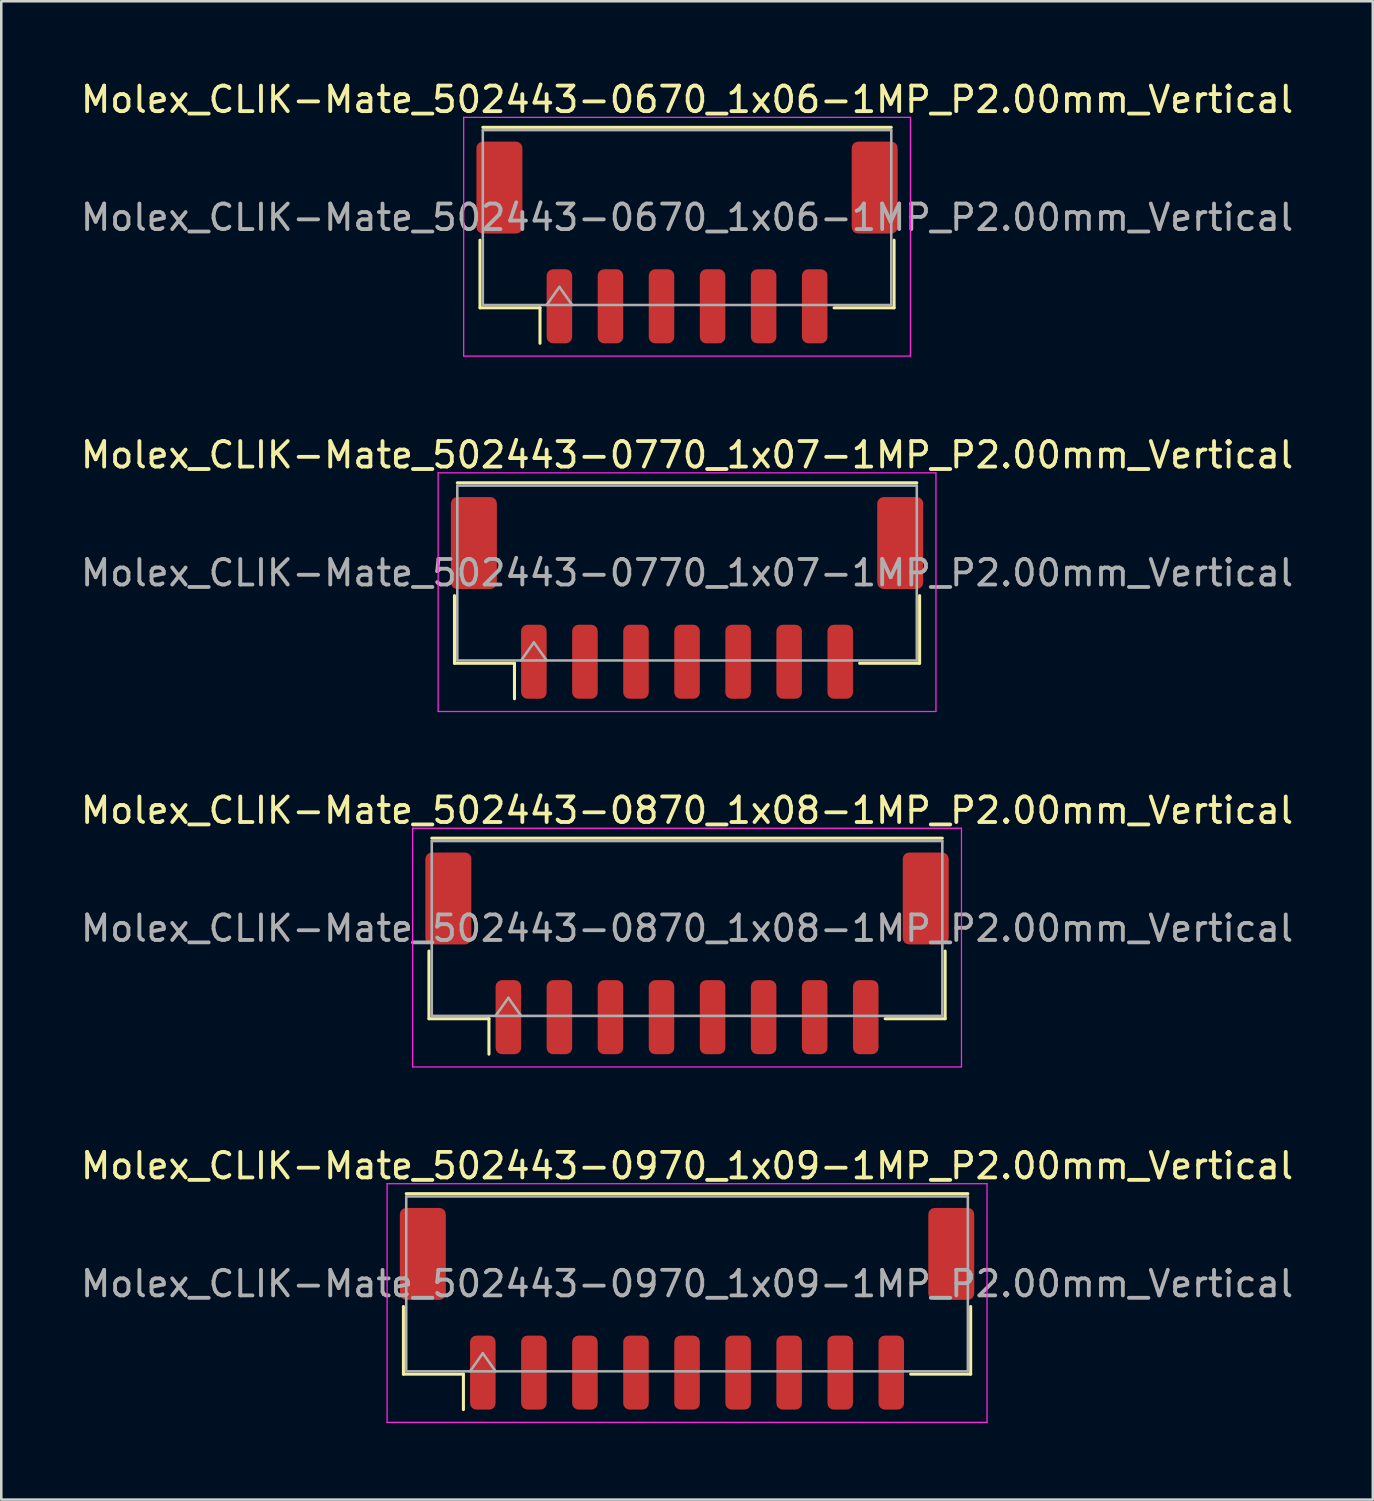
<source format=kicad_pcb>
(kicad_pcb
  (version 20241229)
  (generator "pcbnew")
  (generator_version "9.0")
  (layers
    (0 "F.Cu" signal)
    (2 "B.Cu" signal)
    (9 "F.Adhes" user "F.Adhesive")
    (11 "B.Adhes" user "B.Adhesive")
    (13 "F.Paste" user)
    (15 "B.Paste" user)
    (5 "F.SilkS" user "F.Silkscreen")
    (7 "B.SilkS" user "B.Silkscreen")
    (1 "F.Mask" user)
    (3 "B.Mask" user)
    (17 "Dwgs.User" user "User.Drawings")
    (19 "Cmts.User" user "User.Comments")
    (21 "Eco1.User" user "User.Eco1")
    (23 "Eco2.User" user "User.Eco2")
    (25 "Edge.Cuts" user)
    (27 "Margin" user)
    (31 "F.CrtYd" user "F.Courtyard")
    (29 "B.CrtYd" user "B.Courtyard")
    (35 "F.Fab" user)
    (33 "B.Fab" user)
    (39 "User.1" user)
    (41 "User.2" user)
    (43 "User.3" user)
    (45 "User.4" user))
  (footprint "Molex_CLIK-Mate_502443-0770_1x07-1MP_P2.00mm_Vertical"
    (layer "F.Cu")
    (at 23.863 20.372)
    (property "Reference" "Molex_CLIK-Mate_502443-0770_1x07-1MP_P2.00mm_Vertical" (at 0 -5.6 0) (layer "F.SilkS") (effects (font (size 1 1) (thickness 0.15))))
    (attr smd)
    (fp_line (start -9.11 -0.09) (end -9.11 2.56) (stroke (width 0.12) (type solid)) (layer "F.SilkS"))
    (fp_line (start -9.11 2.56) (end -6.76 2.56) (stroke (width 0.12) (type solid)) (layer "F.SilkS"))
    (fp_line (start -9 -4.51) (end 9 -4.51) (stroke (width 0.12) (type solid)) (layer "F.SilkS"))
    (fp_line (start -6.76 2.56) (end -6.76 3.95) (stroke (width 0.12) (type solid)) (layer "F.SilkS"))
    (fp_line (start 9.11 -0.09) (end 9.11 2.56) (stroke (width 0.12) (type solid)) (layer "F.SilkS"))
    (fp_line (start 9.11 2.56) (end 6.76 2.56) (stroke (width 0.12) (type solid)) (layer "F.SilkS"))
    (fp_line (start -9.75 -4.9) (end -9.75 4.45) (stroke (width 0.05) (type solid)) (layer "F.CrtYd"))
    (fp_line (start -9.75 4.45) (end 9.75 4.45) (stroke (width 0.05) (type solid)) (layer "F.CrtYd"))
    (fp_line (start 9.75 -4.9) (end -9.75 -4.9) (stroke (width 0.05) (type solid)) (layer "F.CrtYd"))
    (fp_line (start 9.75 4.45) (end 9.75 -4.9) (stroke (width 0.05) (type solid)) (layer "F.CrtYd"))
    (fp_line (start -9 -4.4) (end 9 -4.4) (stroke (width 0.1) (type solid)) (layer "F.Fab"))
    (fp_line (start -9 2.45) (end -9 -4.4) (stroke (width 0.1) (type solid)) (layer "F.Fab"))
    (fp_line (start -9 2.45) (end 9 2.45) (stroke (width 0.1) (type solid)) (layer "F.Fab"))
    (fp_line (start -6.5 2.45) (end -6 1.743) (stroke (width 0.1) (type solid)) (layer "F.Fab"))
    (fp_line (start -6 1.743) (end -5.5 2.45) (stroke (width 0.1) (type solid)) (layer "F.Fab"))
    (fp_line (start 9 2.45) (end 9 -4.4) (stroke (width 0.1) (type solid)) (layer "F.Fab"))
    (fp_text user "${REFERENCE}" (at 0 -0.98 0) (layer "F.Fab") (effects (font (size 1 1) (thickness 0.15))))
    (pad "1" smd roundrect (at -6 2.5) (size 1 2.9) (layers "F.Cu" "F.Mask" "F.Paste") (roundrect_rratio 0.25))
    (pad "2" smd roundrect (at -4 2.5) (size 1 2.9) (layers "F.Cu" "F.Mask" "F.Paste") (roundrect_rratio 0.25))
    (pad "3" smd roundrect (at -2 2.5) (size 1 2.9) (layers "F.Cu" "F.Mask" "F.Paste") (roundrect_rratio 0.25))
    (pad "4" smd roundrect (at 0 2.5) (size 1 2.9) (layers "F.Cu" "F.Mask" "F.Paste") (roundrect_rratio 0.25))
    (pad "5" smd roundrect (at 2 2.5) (size 1 2.9) (layers "F.Cu" "F.Mask" "F.Paste") (roundrect_rratio 0.25))
    (pad "6" smd roundrect (at 4 2.5) (size 1 2.9) (layers "F.Cu" "F.Mask" "F.Paste") (roundrect_rratio 0.25))
    (pad "7" smd roundrect (at 6 2.5) (size 1 2.9) (layers "F.Cu" "F.Mask" "F.Paste") (roundrect_rratio 0.25))
    (pad "MP" smd roundrect (at -8.35 -2.15) (size 1.8 3.6) (layers "F.Cu" "F.Mask" "F.Paste") (roundrect_rratio 0.139))
    (pad "MP" smd roundrect (at 8.35 -2.15) (size 1.8 3.6) (layers "F.Cu" "F.Mask" "F.Paste") (roundrect_rratio 0.139)))
  (footprint "Molex_CLIK-Mate_502443-0870_1x08-1MP_P2.00mm_Vertical"
    (layer "F.Cu")
    (at 23.863 34.295)
    (property "Reference" "Molex_CLIK-Mate_502443-0870_1x08-1MP_P2.00mm_Vertical" (at 0 -5.6 0) (layer "F.SilkS") (effects (font (size 1 1) (thickness 0.15))))
    (attr smd)
    (fp_line (start -10.11 -0.09) (end -10.11 2.56) (stroke (width 0.12) (type solid)) (layer "F.SilkS"))
    (fp_line (start -10.11 2.56) (end -7.76 2.56) (stroke (width 0.12) (type solid)) (layer "F.SilkS"))
    (fp_line (start -10 -4.51) (end 10 -4.51) (stroke (width 0.12) (type solid)) (layer "F.SilkS"))
    (fp_line (start -7.76 2.56) (end -7.76 3.95) (stroke (width 0.12) (type solid)) (layer "F.SilkS"))
    (fp_line (start 10.11 -0.09) (end 10.11 2.56) (stroke (width 0.12) (type solid)) (layer "F.SilkS"))
    (fp_line (start 10.11 2.56) (end 7.76 2.56) (stroke (width 0.12) (type solid)) (layer "F.SilkS"))
    (fp_line (start -10.75 -4.9) (end -10.75 4.45) (stroke (width 0.05) (type solid)) (layer "F.CrtYd"))
    (fp_line (start -10.75 4.45) (end 10.75 4.45) (stroke (width 0.05) (type solid)) (layer "F.CrtYd"))
    (fp_line (start 10.75 -4.9) (end -10.75 -4.9) (stroke (width 0.05) (type solid)) (layer "F.CrtYd"))
    (fp_line (start 10.75 4.45) (end 10.75 -4.9) (stroke (width 0.05) (type solid)) (layer "F.CrtYd"))
    (fp_line (start -10 -4.4) (end 10 -4.4) (stroke (width 0.1) (type solid)) (layer "F.Fab"))
    (fp_line (start -10 2.45) (end -10 -4.4) (stroke (width 0.1) (type solid)) (layer "F.Fab"))
    (fp_line (start -10 2.45) (end 10 2.45) (stroke (width 0.1) (type solid)) (layer "F.Fab"))
    (fp_line (start -7.5 2.45) (end -7 1.743) (stroke (width 0.1) (type solid)) (layer "F.Fab"))
    (fp_line (start -7 1.743) (end -6.5 2.45) (stroke (width 0.1) (type solid)) (layer "F.Fab"))
    (fp_line (start 10 2.45) (end 10 -4.4) (stroke (width 0.1) (type solid)) (layer "F.Fab"))
    (fp_text user "${REFERENCE}" (at 0 -0.98 0) (layer "F.Fab") (effects (font (size 1 1) (thickness 0.15))))
    (pad "1" smd roundrect (at -7 2.5) (size 1 2.9) (layers "F.Cu" "F.Mask" "F.Paste") (roundrect_rratio 0.25))
    (pad "2" smd roundrect (at -5 2.5) (size 1 2.9) (layers "F.Cu" "F.Mask" "F.Paste") (roundrect_rratio 0.25))
    (pad "3" smd roundrect (at -3 2.5) (size 1 2.9) (layers "F.Cu" "F.Mask" "F.Paste") (roundrect_rratio 0.25))
    (pad "4" smd roundrect (at -1 2.5) (size 1 2.9) (layers "F.Cu" "F.Mask" "F.Paste") (roundrect_rratio 0.25))
    (pad "5" smd roundrect (at 1 2.5) (size 1 2.9) (layers "F.Cu" "F.Mask" "F.Paste") (roundrect_rratio 0.25))
    (pad "6" smd roundrect (at 3 2.5) (size 1 2.9) (layers "F.Cu" "F.Mask" "F.Paste") (roundrect_rratio 0.25))
    (pad "7" smd roundrect (at 5 2.5) (size 1 2.9) (layers "F.Cu" "F.Mask" "F.Paste") (roundrect_rratio 0.25))
    (pad "8" smd roundrect (at 7 2.5) (size 1 2.9) (layers "F.Cu" "F.Mask" "F.Paste") (roundrect_rratio 0.25))
    (pad "MP" smd roundrect (at -9.35 -2.15) (size 1.8 3.6) (layers "F.Cu" "F.Mask" "F.Paste") (roundrect_rratio 0.139))
    (pad "MP" smd roundrect (at 9.35 -2.15) (size 1.8 3.6) (layers "F.Cu" "F.Mask" "F.Paste") (roundrect_rratio 0.139)))
  (footprint "Molex_CLIK-Mate_502443-0670_1x06-1MP_P2.00mm_Vertical"
    (layer "F.Cu")
    (at 23.863 6.448)
    (property "Reference" "Molex_CLIK-Mate_502443-0670_1x06-1MP_P2.00mm_Vertical" (at 0 -5.6 0) (layer "F.SilkS") (effects (font (size 1 1) (thickness 0.15))))
    (attr smd)
    (fp_line (start -8.11 -0.09) (end -8.11 2.56) (stroke (width 0.12) (type solid)) (layer "F.SilkS"))
    (fp_line (start -8.11 2.56) (end -5.76 2.56) (stroke (width 0.12) (type solid)) (layer "F.SilkS"))
    (fp_line (start -8 -4.51) (end 8 -4.51) (stroke (width 0.12) (type solid)) (layer "F.SilkS"))
    (fp_line (start -5.76 2.56) (end -5.76 3.95) (stroke (width 0.12) (type solid)) (layer "F.SilkS"))
    (fp_line (start 8.11 -0.09) (end 8.11 2.56) (stroke (width 0.12) (type solid)) (layer "F.SilkS"))
    (fp_line (start 8.11 2.56) (end 5.76 2.56) (stroke (width 0.12) (type solid)) (layer "F.SilkS"))
    (fp_line (start -8.75 -4.9) (end -8.75 4.45) (stroke (width 0.05) (type solid)) (layer "F.CrtYd"))
    (fp_line (start -8.75 4.45) (end 8.75 4.45) (stroke (width 0.05) (type solid)) (layer "F.CrtYd"))
    (fp_line (start 8.75 -4.9) (end -8.75 -4.9) (stroke (width 0.05) (type solid)) (layer "F.CrtYd"))
    (fp_line (start 8.75 4.45) (end 8.75 -4.9) (stroke (width 0.05) (type solid)) (layer "F.CrtYd"))
    (fp_line (start -8 -4.4) (end 8 -4.4) (stroke (width 0.1) (type solid)) (layer "F.Fab"))
    (fp_line (start -8 2.45) (end -8 -4.4) (stroke (width 0.1) (type solid)) (layer "F.Fab"))
    (fp_line (start -8 2.45) (end 8 2.45) (stroke (width 0.1) (type solid)) (layer "F.Fab"))
    (fp_line (start -5.5 2.45) (end -5 1.743) (stroke (width 0.1) (type solid)) (layer "F.Fab"))
    (fp_line (start -5 1.743) (end -4.5 2.45) (stroke (width 0.1) (type solid)) (layer "F.Fab"))
    (fp_line (start 8 2.45) (end 8 -4.4) (stroke (width 0.1) (type solid)) (layer "F.Fab"))
    (fp_text user "${REFERENCE}" (at 0 -0.98 0) (layer "F.Fab") (effects (font (size 1 1) (thickness 0.15))))
    (pad "1" smd roundrect (at -5 2.5) (size 1 2.9) (layers "F.Cu" "F.Mask" "F.Paste") (roundrect_rratio 0.25))
    (pad "2" smd roundrect (at -3 2.5) (size 1 2.9) (layers "F.Cu" "F.Mask" "F.Paste") (roundrect_rratio 0.25))
    (pad "3" smd roundrect (at -1 2.5) (size 1 2.9) (layers "F.Cu" "F.Mask" "F.Paste") (roundrect_rratio 0.25))
    (pad "4" smd roundrect (at 1 2.5) (size 1 2.9) (layers "F.Cu" "F.Mask" "F.Paste") (roundrect_rratio 0.25))
    (pad "5" smd roundrect (at 3 2.5) (size 1 2.9) (layers "F.Cu" "F.Mask" "F.Paste") (roundrect_rratio 0.25))
    (pad "6" smd roundrect (at 5 2.5) (size 1 2.9) (layers "F.Cu" "F.Mask" "F.Paste") (roundrect_rratio 0.25))
    (pad "MP" smd roundrect (at -7.35 -2.15) (size 1.8 3.6) (layers "F.Cu" "F.Mask" "F.Paste") (roundrect_rratio 0.139))
    (pad "MP" smd roundrect (at 7.35 -2.15) (size 1.8 3.6) (layers "F.Cu" "F.Mask" "F.Paste") (roundrect_rratio 0.139)))
  (footprint "Molex_CLIK-Mate_502443-0970_1x09-1MP_P2.00mm_Vertical"
    (layer "F.Cu")
    (at 23.863 48.218)
    (property "Reference" "Molex_CLIK-Mate_502443-0970_1x09-1MP_P2.00mm_Vertical" (at 0 -5.6 0) (layer "F.SilkS") (effects (font (size 1 1) (thickness 0.15))))
    (attr smd)
    (fp_line (start -11.11 -0.09) (end -11.11 2.56) (stroke (width 0.12) (type solid)) (layer "F.SilkS"))
    (fp_line (start -11.11 2.56) (end -8.76 2.56) (stroke (width 0.12) (type solid)) (layer "F.SilkS"))
    (fp_line (start -11 -4.51) (end 11 -4.51) (stroke (width 0.12) (type solid)) (layer "F.SilkS"))
    (fp_line (start -8.76 2.56) (end -8.76 3.95) (stroke (width 0.12) (type solid)) (layer "F.SilkS"))
    (fp_line (start 11.11 -0.09) (end 11.11 2.56) (stroke (width 0.12) (type solid)) (layer "F.SilkS"))
    (fp_line (start 11.11 2.56) (end 8.76 2.56) (stroke (width 0.12) (type solid)) (layer "F.SilkS"))
    (fp_line (start -11.75 -4.9) (end -11.75 4.45) (stroke (width 0.05) (type solid)) (layer "F.CrtYd"))
    (fp_line (start -11.75 4.45) (end 11.75 4.45) (stroke (width 0.05) (type solid)) (layer "F.CrtYd"))
    (fp_line (start 11.75 -4.9) (end -11.75 -4.9) (stroke (width 0.05) (type solid)) (layer "F.CrtYd"))
    (fp_line (start 11.75 4.45) (end 11.75 -4.9) (stroke (width 0.05) (type solid)) (layer "F.CrtYd"))
    (fp_line (start -11 -4.4) (end 11 -4.4) (stroke (width 0.1) (type solid)) (layer "F.Fab"))
    (fp_line (start -11 2.45) (end -11 -4.4) (stroke (width 0.1) (type solid)) (layer "F.Fab"))
    (fp_line (start -11 2.45) (end 11 2.45) (stroke (width 0.1) (type solid)) (layer "F.Fab"))
    (fp_line (start -8.5 2.45) (end -8 1.743) (stroke (width 0.1) (type solid)) (layer "F.Fab"))
    (fp_line (start -8 1.743) (end -7.5 2.45) (stroke (width 0.1) (type solid)) (layer "F.Fab"))
    (fp_line (start 11 2.45) (end 11 -4.4) (stroke (width 0.1) (type solid)) (layer "F.Fab"))
    (fp_text user "${REFERENCE}" (at 0 -0.98 0) (layer "F.Fab") (effects (font (size 1 1) (thickness 0.15))))
    (pad "1" smd roundrect (at -8 2.5) (size 1 2.9) (layers "F.Cu" "F.Mask" "F.Paste") (roundrect_rratio 0.25))
    (pad "2" smd roundrect (at -6 2.5) (size 1 2.9) (layers "F.Cu" "F.Mask" "F.Paste") (roundrect_rratio 0.25))
    (pad "3" smd roundrect (at -4 2.5) (size 1 2.9) (layers "F.Cu" "F.Mask" "F.Paste") (roundrect_rratio 0.25))
    (pad "4" smd roundrect (at -2 2.5) (size 1 2.9) (layers "F.Cu" "F.Mask" "F.Paste") (roundrect_rratio 0.25))
    (pad "5" smd roundrect (at 0 2.5) (size 1 2.9) (layers "F.Cu" "F.Mask" "F.Paste") (roundrect_rratio 0.25))
    (pad "6" smd roundrect (at 2 2.5) (size 1 2.9) (layers "F.Cu" "F.Mask" "F.Paste") (roundrect_rratio 0.25))
    (pad "7" smd roundrect (at 4 2.5) (size 1 2.9) (layers "F.Cu" "F.Mask" "F.Paste") (roundrect_rratio 0.25))
    (pad "8" smd roundrect (at 6 2.5) (size 1 2.9) (layers "F.Cu" "F.Mask" "F.Paste") (roundrect_rratio 0.25))
    (pad "9" smd roundrect (at 8 2.5) (size 1 2.9) (layers "F.Cu" "F.Mask" "F.Paste") (roundrect_rratio 0.25))
    (pad "MP" smd roundrect (at -10.35 -2.15) (size 1.8 3.6) (layers "F.Cu" "F.Mask" "F.Paste") (roundrect_rratio 0.139))
    (pad "MP" smd roundrect (at 10.35 -2.15) (size 1.8 3.6) (layers "F.Cu" "F.Mask" "F.Paste") (roundrect_rratio 0.139)))
  (gr_rect
    (start -3 -3)
    (end 50.726 55.693)
    (stroke (width 0.1) (type default))
    (fill no)
    (layer "Edge.Cuts")))
</source>
